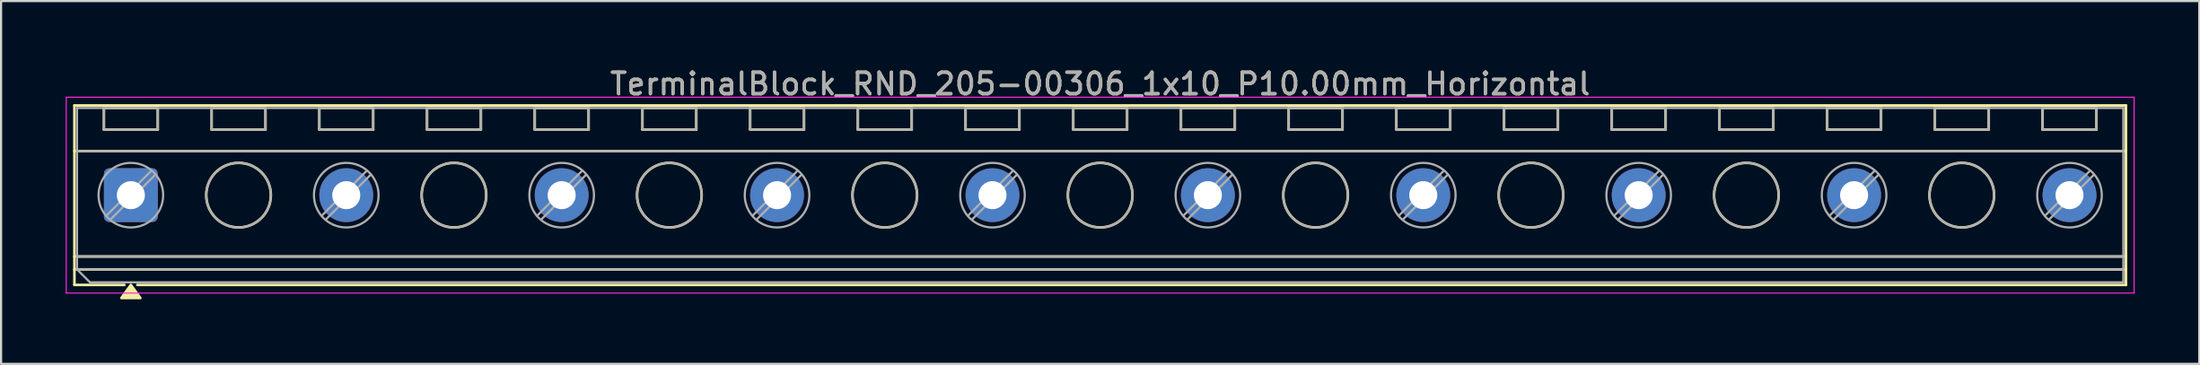
<source format=kicad_pcb>
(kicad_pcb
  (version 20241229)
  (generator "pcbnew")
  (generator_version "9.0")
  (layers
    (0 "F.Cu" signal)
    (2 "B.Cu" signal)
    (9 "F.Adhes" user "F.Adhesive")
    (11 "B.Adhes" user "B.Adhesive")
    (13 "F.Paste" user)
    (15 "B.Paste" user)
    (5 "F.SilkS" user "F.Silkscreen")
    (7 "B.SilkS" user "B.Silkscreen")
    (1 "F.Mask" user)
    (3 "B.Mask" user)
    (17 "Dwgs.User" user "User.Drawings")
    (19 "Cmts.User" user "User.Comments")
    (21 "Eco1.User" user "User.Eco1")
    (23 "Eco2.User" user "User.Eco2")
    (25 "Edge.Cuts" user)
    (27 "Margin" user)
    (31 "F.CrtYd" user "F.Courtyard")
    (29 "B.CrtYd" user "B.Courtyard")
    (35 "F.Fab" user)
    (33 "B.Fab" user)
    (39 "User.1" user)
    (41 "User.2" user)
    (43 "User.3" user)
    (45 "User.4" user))
  (footprint "TerminalBlock_RND_205-00306_1x10_P10.00mm_Horizontal"
    (layer "F.Cu")
    (at 3.025 6.018)
    (property "Reference" "TerminalBlock_RND_205-00306_1x10_P10.00mm_Horizontal" (at 45 -5.17 0) (layer "F.SilkS") (effects (font (size 1 1) (thickness 0.15))))
    (attr through_hole)
    (fp_line (start -2.62 -4.17) (end -2.62 4.17) (stroke (width 0.12) (type solid)) (layer "F.SilkS"))
    (fp_line (start -2.62 -4.17) (end 92.62 -4.17) (stroke (width 0.12) (type solid)) (layer "F.SilkS"))
    (fp_line (start -2.62 -2.05) (end 92.62 -2.05) (stroke (width 0.12) (type solid)) (layer "F.SilkS"))
    (fp_line (start -2.62 2.85) (end 92.62 2.85) (stroke (width 0.12) (type solid)) (layer "F.SilkS"))
    (fp_line (start -2.62 3.45) (end 92.62 3.45) (stroke (width 0.12) (type solid)) (layer "F.SilkS"))
    (fp_line (start -2.62 4.17) (end -0.3 4.17) (stroke (width 0.12) (type solid)) (layer "F.SilkS"))
    (fp_line (start -1.25 -4.05) (end -1.25 -3.05) (stroke (width 0.12) (type solid)) (layer "F.SilkS"))
    (fp_line (start -1.25 -4.05) (end 1.25 -4.05) (stroke (width 0.12) (type solid)) (layer "F.SilkS"))
    (fp_line (start -1.25 -3.05) (end 1.25 -3.05) (stroke (width 0.12) (type solid)) (layer "F.SilkS"))
    (fp_line (start 0.3 4.17) (end 92.62 4.17) (stroke (width 0.12) (type solid)) (layer "F.SilkS"))
    (fp_line (start 1.25 -4.05) (end 1.25 -3.05) (stroke (width 0.12) (type solid)) (layer "F.SilkS"))
    (fp_line (start 3.75 -4.05) (end 3.75 -3.05) (stroke (width 0.12) (type solid)) (layer "F.SilkS"))
    (fp_line (start 3.75 -4.05) (end 6.25 -4.05) (stroke (width 0.12) (type solid)) (layer "F.SilkS"))
    (fp_line (start 3.75 -3.05) (end 6.25 -3.05) (stroke (width 0.12) (type solid)) (layer "F.SilkS"))
    (fp_line (start 6.25 -4.05) (end 6.25 -3.05) (stroke (width 0.12) (type solid)) (layer "F.SilkS"))
    (fp_line (start 8.75 -4.05) (end 8.75 -3.05) (stroke (width 0.12) (type solid)) (layer "F.SilkS"))
    (fp_line (start 8.75 -4.05) (end 11.25 -4.05) (stroke (width 0.12) (type solid)) (layer "F.SilkS"))
    (fp_line (start 8.75 -3.05) (end 11.25 -3.05) (stroke (width 0.12) (type solid)) (layer "F.SilkS"))
    (fp_line (start 11.25 -4.05) (end 11.25 -3.05) (stroke (width 0.12) (type solid)) (layer "F.SilkS"))
    (fp_line (start 13.75 -4.05) (end 13.75 -3.05) (stroke (width 0.12) (type solid)) (layer "F.SilkS"))
    (fp_line (start 13.75 -4.05) (end 16.25 -4.05) (stroke (width 0.12) (type solid)) (layer "F.SilkS"))
    (fp_line (start 13.75 -3.05) (end 16.25 -3.05) (stroke (width 0.12) (type solid)) (layer "F.SilkS"))
    (fp_line (start 16.25 -4.05) (end 16.25 -3.05) (stroke (width 0.12) (type solid)) (layer "F.SilkS"))
    (fp_line (start 18.75 -4.05) (end 18.75 -3.05) (stroke (width 0.12) (type solid)) (layer "F.SilkS"))
    (fp_line (start 18.75 -4.05) (end 21.25 -4.05) (stroke (width 0.12) (type solid)) (layer "F.SilkS"))
    (fp_line (start 18.75 -3.05) (end 21.25 -3.05) (stroke (width 0.12) (type solid)) (layer "F.SilkS"))
    (fp_line (start 21.25 -4.05) (end 21.25 -3.05) (stroke (width 0.12) (type solid)) (layer "F.SilkS"))
    (fp_line (start 23.75 -4.05) (end 23.75 -3.05) (stroke (width 0.12) (type solid)) (layer "F.SilkS"))
    (fp_line (start 23.75 -4.05) (end 26.25 -4.05) (stroke (width 0.12) (type solid)) (layer "F.SilkS"))
    (fp_line (start 23.75 -3.05) (end 26.25 -3.05) (stroke (width 0.12) (type solid)) (layer "F.SilkS"))
    (fp_line (start 26.25 -4.05) (end 26.25 -3.05) (stroke (width 0.12) (type solid)) (layer "F.SilkS"))
    (fp_line (start 28.75 -4.05) (end 28.75 -3.05) (stroke (width 0.12) (type solid)) (layer "F.SilkS"))
    (fp_line (start 28.75 -4.05) (end 31.25 -4.05) (stroke (width 0.12) (type solid)) (layer "F.SilkS"))
    (fp_line (start 28.75 -3.05) (end 31.25 -3.05) (stroke (width 0.12) (type solid)) (layer "F.SilkS"))
    (fp_line (start 31.25 -4.05) (end 31.25 -3.05) (stroke (width 0.12) (type solid)) (layer "F.SilkS"))
    (fp_line (start 33.75 -4.05) (end 33.75 -3.05) (stroke (width 0.12) (type solid)) (layer "F.SilkS"))
    (fp_line (start 33.75 -4.05) (end 36.25 -4.05) (stroke (width 0.12) (type solid)) (layer "F.SilkS"))
    (fp_line (start 33.75 -3.05) (end 36.25 -3.05) (stroke (width 0.12) (type solid)) (layer "F.SilkS"))
    (fp_line (start 36.25 -4.05) (end 36.25 -3.05) (stroke (width 0.12) (type solid)) (layer "F.SilkS"))
    (fp_line (start 38.75 -4.05) (end 38.75 -3.05) (stroke (width 0.12) (type solid)) (layer "F.SilkS"))
    (fp_line (start 38.75 -4.05) (end 41.25 -4.05) (stroke (width 0.12) (type solid)) (layer "F.SilkS"))
    (fp_line (start 38.75 -3.05) (end 41.25 -3.05) (stroke (width 0.12) (type solid)) (layer "F.SilkS"))
    (fp_line (start 41.25 -4.05) (end 41.25 -3.05) (stroke (width 0.12) (type solid)) (layer "F.SilkS"))
    (fp_line (start 43.75 -4.05) (end 43.75 -3.05) (stroke (width 0.12) (type solid)) (layer "F.SilkS"))
    (fp_line (start 43.75 -4.05) (end 46.25 -4.05) (stroke (width 0.12) (type solid)) (layer "F.SilkS"))
    (fp_line (start 43.75 -3.05) (end 46.25 -3.05) (stroke (width 0.12) (type solid)) (layer "F.SilkS"))
    (fp_line (start 46.25 -4.05) (end 46.25 -3.05) (stroke (width 0.12) (type solid)) (layer "F.SilkS"))
    (fp_line (start 48.75 -4.05) (end 48.75 -3.05) (stroke (width 0.12) (type solid)) (layer "F.SilkS"))
    (fp_line (start 48.75 -4.05) (end 51.25 -4.05) (stroke (width 0.12) (type solid)) (layer "F.SilkS"))
    (fp_line (start 48.75 -3.05) (end 51.25 -3.05) (stroke (width 0.12) (type solid)) (layer "F.SilkS"))
    (fp_line (start 51.25 -4.05) (end 51.25 -3.05) (stroke (width 0.12) (type solid)) (layer "F.SilkS"))
    (fp_line (start 53.75 -4.05) (end 53.75 -3.05) (stroke (width 0.12) (type solid)) (layer "F.SilkS"))
    (fp_line (start 53.75 -4.05) (end 56.25 -4.05) (stroke (width 0.12) (type solid)) (layer "F.SilkS"))
    (fp_line (start 53.75 -3.05) (end 56.25 -3.05) (stroke (width 0.12) (type solid)) (layer "F.SilkS"))
    (fp_line (start 56.25 -4.05) (end 56.25 -3.05) (stroke (width 0.12) (type solid)) (layer "F.SilkS"))
    (fp_line (start 58.75 -4.05) (end 58.75 -3.05) (stroke (width 0.12) (type solid)) (layer "F.SilkS"))
    (fp_line (start 58.75 -4.05) (end 61.25 -4.05) (stroke (width 0.12) (type solid)) (layer "F.SilkS"))
    (fp_line (start 58.75 -3.05) (end 61.25 -3.05) (stroke (width 0.12) (type solid)) (layer "F.SilkS"))
    (fp_line (start 61.25 -4.05) (end 61.25 -3.05) (stroke (width 0.12) (type solid)) (layer "F.SilkS"))
    (fp_line (start 63.75 -4.05) (end 63.75 -3.05) (stroke (width 0.12) (type solid)) (layer "F.SilkS"))
    (fp_line (start 63.75 -4.05) (end 66.25 -4.05) (stroke (width 0.12) (type solid)) (layer "F.SilkS"))
    (fp_line (start 63.75 -3.05) (end 66.25 -3.05) (stroke (width 0.12) (type solid)) (layer "F.SilkS"))
    (fp_line (start 66.25 -4.05) (end 66.25 -3.05) (stroke (width 0.12) (type solid)) (layer "F.SilkS"))
    (fp_line (start 68.75 -4.05) (end 68.75 -3.05) (stroke (width 0.12) (type solid)) (layer "F.SilkS"))
    (fp_line (start 68.75 -4.05) (end 71.25 -4.05) (stroke (width 0.12) (type solid)) (layer "F.SilkS"))
    (fp_line (start 68.75 -3.05) (end 71.25 -3.05) (stroke (width 0.12) (type solid)) (layer "F.SilkS"))
    (fp_line (start 71.25 -4.05) (end 71.25 -3.05) (stroke (width 0.12) (type solid)) (layer "F.SilkS"))
    (fp_line (start 73.75 -4.05) (end 73.75 -3.05) (stroke (width 0.12) (type solid)) (layer "F.SilkS"))
    (fp_line (start 73.75 -4.05) (end 76.25 -4.05) (stroke (width 0.12) (type solid)) (layer "F.SilkS"))
    (fp_line (start 73.75 -3.05) (end 76.25 -3.05) (stroke (width 0.12) (type solid)) (layer "F.SilkS"))
    (fp_line (start 76.25 -4.05) (end 76.25 -3.05) (stroke (width 0.12) (type solid)) (layer "F.SilkS"))
    (fp_line (start 78.75 -4.05) (end 78.75 -3.05) (stroke (width 0.12) (type solid)) (layer "F.SilkS"))
    (fp_line (start 78.75 -4.05) (end 81.25 -4.05) (stroke (width 0.12) (type solid)) (layer "F.SilkS"))
    (fp_line (start 78.75 -3.05) (end 81.25 -3.05) (stroke (width 0.12) (type solid)) (layer "F.SilkS"))
    (fp_line (start 81.25 -4.05) (end 81.25 -3.05) (stroke (width 0.12) (type solid)) (layer "F.SilkS"))
    (fp_line (start 83.75 -4.05) (end 83.75 -3.05) (stroke (width 0.12) (type solid)) (layer "F.SilkS"))
    (fp_line (start 83.75 -4.05) (end 86.25 -4.05) (stroke (width 0.12) (type solid)) (layer "F.SilkS"))
    (fp_line (start 83.75 -3.05) (end 86.25 -3.05) (stroke (width 0.12) (type solid)) (layer "F.SilkS"))
    (fp_line (start 86.25 -4.05) (end 86.25 -3.05) (stroke (width 0.12) (type solid)) (layer "F.SilkS"))
    (fp_line (start 88.75 -4.05) (end 88.75 -3.05) (stroke (width 0.12) (type solid)) (layer "F.SilkS"))
    (fp_line (start 88.75 -4.05) (end 91.25 -4.05) (stroke (width 0.12) (type solid)) (layer "F.SilkS"))
    (fp_line (start 88.75 -3.05) (end 91.25 -3.05) (stroke (width 0.12) (type solid)) (layer "F.SilkS"))
    (fp_line (start 91.25 -4.05) (end 91.25 -3.05) (stroke (width 0.12) (type solid)) (layer "F.SilkS"))
    (fp_line (start 92.62 -4.17) (end 92.62 4.17) (stroke (width 0.12) (type solid)) (layer "F.SilkS"))
    (fp_circle (center 5 0) (end 6.5 0) (stroke (width 0.12) (type solid)) (fill no) (layer "F.SilkS"))
    (fp_circle (center 15 0) (end 16.5 0) (stroke (width 0.12) (type solid)) (fill no) (layer "F.SilkS"))
    (fp_circle (center 25 0) (end 26.5 0) (stroke (width 0.12) (type solid)) (fill no) (layer "F.SilkS"))
    (fp_circle (center 35 0) (end 36.5 0) (stroke (width 0.12) (type solid)) (fill no) (layer "F.SilkS"))
    (fp_circle (center 45 0) (end 46.5 0) (stroke (width 0.12) (type solid)) (fill no) (layer "F.SilkS"))
    (fp_circle (center 55 0) (end 56.5 0) (stroke (width 0.12) (type solid)) (fill no) (layer "F.SilkS"))
    (fp_circle (center 65 0) (end 66.5 0) (stroke (width 0.12) (type solid)) (fill no) (layer "F.SilkS"))
    (fp_circle (center 75 0) (end 76.5 0) (stroke (width 0.12) (type solid)) (fill no) (layer "F.SilkS"))
    (fp_circle (center 85 0) (end 86.5 0) (stroke (width 0.12) (type solid)) (fill no) (layer "F.SilkS"))
    (fp_poly (pts (xy 0 4.17) (xy 0.44 4.78) (xy -0.44 4.78)) (stroke (width 0.12) (type solid)) (fill yes) (layer "F.SilkS"))
    (fp_line (start -3 -4.55) (end -3 4.55) (stroke (width 0.05) (type solid)) (layer "F.CrtYd"))
    (fp_line (start -3 4.55) (end 93 4.55) (stroke (width 0.05) (type solid)) (layer "F.CrtYd"))
    (fp_line (start 93 -4.55) (end -3 -4.55) (stroke (width 0.05) (type solid)) (layer "F.CrtYd"))
    (fp_line (start 93 4.55) (end 93 -4.55) (stroke (width 0.05) (type solid)) (layer "F.CrtYd"))
    (fp_line (start -2.5 -4.05) (end 92.5 -4.05) (stroke (width 0.1) (type solid)) (layer "F.Fab"))
    (fp_line (start -2.5 -2.05) (end 92.5 -2.05) (stroke (width 0.1) (type solid)) (layer "F.Fab"))
    (fp_line (start -2.5 2.85) (end 92.5 2.85) (stroke (width 0.1) (type solid)) (layer "F.Fab"))
    (fp_line (start -2.5 3.45) (end -2.5 -4.05) (stroke (width 0.1) (type solid)) (layer "F.Fab"))
    (fp_line (start -2.5 3.45) (end 92.5 3.45) (stroke (width 0.1) (type solid)) (layer "F.Fab"))
    (fp_line (start -1.9 4.05) (end -2.5 3.45) (stroke (width 0.1) (type solid)) (layer "F.Fab"))
    (fp_line (start -1.25 -4.05) (end -1.25 -3.05) (stroke (width 0.1) (type solid)) (layer "F.Fab"))
    (fp_line (start -1.25 -3.05) (end 1.25 -3.05) (stroke (width 0.1) (type solid)) (layer "F.Fab"))
    (fp_line (start 0.955 -1.138) (end -1.138 0.954) (stroke (width 0.1) (type solid)) (layer "F.Fab"))
    (fp_line (start 1.138 -0.954) (end -0.955 1.137) (stroke (width 0.1) (type solid)) (layer "F.Fab"))
    (fp_line (start 1.25 -4.05) (end -1.25 -4.05) (stroke (width 0.1) (type solid)) (layer "F.Fab"))
    (fp_line (start 1.25 -3.05) (end 1.25 -4.05) (stroke (width 0.1) (type solid)) (layer "F.Fab"))
    (fp_line (start 3.75 -4.05) (end 3.75 -3.05) (stroke (width 0.1) (type solid)) (layer "F.Fab"))
    (fp_line (start 3.75 -3.05) (end 6.25 -3.05) (stroke (width 0.1) (type solid)) (layer "F.Fab"))
    (fp_line (start 6.25 -4.05) (end 3.75 -4.05) (stroke (width 0.1) (type solid)) (layer "F.Fab"))
    (fp_line (start 6.25 -3.05) (end 6.25 -4.05) (stroke (width 0.1) (type solid)) (layer "F.Fab"))
    (fp_line (start 8.75 -4.05) (end 8.75 -3.05) (stroke (width 0.1) (type solid)) (layer "F.Fab"))
    (fp_line (start 8.75 -3.05) (end 11.25 -3.05) (stroke (width 0.1) (type solid)) (layer "F.Fab"))
    (fp_line (start 10.955 -1.138) (end 8.862 0.954) (stroke (width 0.1) (type solid)) (layer "F.Fab"))
    (fp_line (start 11.138 -0.954) (end 9.045 1.137) (stroke (width 0.1) (type solid)) (layer "F.Fab"))
    (fp_line (start 11.25 -4.05) (end 8.75 -4.05) (stroke (width 0.1) (type solid)) (layer "F.Fab"))
    (fp_line (start 11.25 -3.05) (end 11.25 -4.05) (stroke (width 0.1) (type solid)) (layer "F.Fab"))
    (fp_line (start 13.75 -4.05) (end 13.75 -3.05) (stroke (width 0.1) (type solid)) (layer "F.Fab"))
    (fp_line (start 13.75 -3.05) (end 16.25 -3.05) (stroke (width 0.1) (type solid)) (layer "F.Fab"))
    (fp_line (start 16.25 -4.05) (end 13.75 -4.05) (stroke (width 0.1) (type solid)) (layer "F.Fab"))
    (fp_line (start 16.25 -3.05) (end 16.25 -4.05) (stroke (width 0.1) (type solid)) (layer "F.Fab"))
    (fp_line (start 18.75 -4.05) (end 18.75 -3.05) (stroke (width 0.1) (type solid)) (layer "F.Fab"))
    (fp_line (start 18.75 -3.05) (end 21.25 -3.05) (stroke (width 0.1) (type solid)) (layer "F.Fab"))
    (fp_line (start 20.955 -1.138) (end 18.862 0.954) (stroke (width 0.1) (type solid)) (layer "F.Fab"))
    (fp_line (start 21.138 -0.954) (end 19.045 1.137) (stroke (width 0.1) (type solid)) (layer "F.Fab"))
    (fp_line (start 21.25 -4.05) (end 18.75 -4.05) (stroke (width 0.1) (type solid)) (layer "F.Fab"))
    (fp_line (start 21.25 -3.05) (end 21.25 -4.05) (stroke (width 0.1) (type solid)) (layer "F.Fab"))
    (fp_line (start 23.75 -4.05) (end 23.75 -3.05) (stroke (width 0.1) (type solid)) (layer "F.Fab"))
    (fp_line (start 23.75 -3.05) (end 26.25 -3.05) (stroke (width 0.1) (type solid)) (layer "F.Fab"))
    (fp_line (start 26.25 -4.05) (end 23.75 -4.05) (stroke (width 0.1) (type solid)) (layer "F.Fab"))
    (fp_line (start 26.25 -3.05) (end 26.25 -4.05) (stroke (width 0.1) (type solid)) (layer "F.Fab"))
    (fp_line (start 28.75 -4.05) (end 28.75 -3.05) (stroke (width 0.1) (type solid)) (layer "F.Fab"))
    (fp_line (start 28.75 -3.05) (end 31.25 -3.05) (stroke (width 0.1) (type solid)) (layer "F.Fab"))
    (fp_line (start 30.955 -1.138) (end 28.862 0.954) (stroke (width 0.1) (type solid)) (layer "F.Fab"))
    (fp_line (start 31.138 -0.954) (end 29.045 1.137) (stroke (width 0.1) (type solid)) (layer "F.Fab"))
    (fp_line (start 31.25 -4.05) (end 28.75 -4.05) (stroke (width 0.1) (type solid)) (layer "F.Fab"))
    (fp_line (start 31.25 -3.05) (end 31.25 -4.05) (stroke (width 0.1) (type solid)) (layer "F.Fab"))
    (fp_line (start 33.75 -4.05) (end 33.75 -3.05) (stroke (width 0.1) (type solid)) (layer "F.Fab"))
    (fp_line (start 33.75 -3.05) (end 36.25 -3.05) (stroke (width 0.1) (type solid)) (layer "F.Fab"))
    (fp_line (start 36.25 -4.05) (end 33.75 -4.05) (stroke (width 0.1) (type solid)) (layer "F.Fab"))
    (fp_line (start 36.25 -3.05) (end 36.25 -4.05) (stroke (width 0.1) (type solid)) (layer "F.Fab"))
    (fp_line (start 38.75 -4.05) (end 38.75 -3.05) (stroke (width 0.1) (type solid)) (layer "F.Fab"))
    (fp_line (start 38.75 -3.05) (end 41.25 -3.05) (stroke (width 0.1) (type solid)) (layer "F.Fab"))
    (fp_line (start 40.955 -1.138) (end 38.862 0.954) (stroke (width 0.1) (type solid)) (layer "F.Fab"))
    (fp_line (start 41.138 -0.954) (end 39.045 1.137) (stroke (width 0.1) (type solid)) (layer "F.Fab"))
    (fp_line (start 41.25 -4.05) (end 38.75 -4.05) (stroke (width 0.1) (type solid)) (layer "F.Fab"))
    (fp_line (start 41.25 -3.05) (end 41.25 -4.05) (stroke (width 0.1) (type solid)) (layer "F.Fab"))
    (fp_line (start 43.75 -4.05) (end 43.75 -3.05) (stroke (width 0.1) (type solid)) (layer "F.Fab"))
    (fp_line (start 43.75 -3.05) (end 46.25 -3.05) (stroke (width 0.1) (type solid)) (layer "F.Fab"))
    (fp_line (start 46.25 -4.05) (end 43.75 -4.05) (stroke (width 0.1) (type solid)) (layer "F.Fab"))
    (fp_line (start 46.25 -3.05) (end 46.25 -4.05) (stroke (width 0.1) (type solid)) (layer "F.Fab"))
    (fp_line (start 48.75 -4.05) (end 48.75 -3.05) (stroke (width 0.1) (type solid)) (layer "F.Fab"))
    (fp_line (start 48.75 -3.05) (end 51.25 -3.05) (stroke (width 0.1) (type solid)) (layer "F.Fab"))
    (fp_line (start 50.955 -1.138) (end 48.862 0.954) (stroke (width 0.1) (type solid)) (layer "F.Fab"))
    (fp_line (start 51.138 -0.954) (end 49.045 1.137) (stroke (width 0.1) (type solid)) (layer "F.Fab"))
    (fp_line (start 51.25 -4.05) (end 48.75 -4.05) (stroke (width 0.1) (type solid)) (layer "F.Fab"))
    (fp_line (start 51.25 -3.05) (end 51.25 -4.05) (stroke (width 0.1) (type solid)) (layer "F.Fab"))
    (fp_line (start 53.75 -4.05) (end 53.75 -3.05) (stroke (width 0.1) (type solid)) (layer "F.Fab"))
    (fp_line (start 53.75 -3.05) (end 56.25 -3.05) (stroke (width 0.1) (type solid)) (layer "F.Fab"))
    (fp_line (start 56.25 -4.05) (end 53.75 -4.05) (stroke (width 0.1) (type solid)) (layer "F.Fab"))
    (fp_line (start 56.25 -3.05) (end 56.25 -4.05) (stroke (width 0.1) (type solid)) (layer "F.Fab"))
    (fp_line (start 58.75 -4.05) (end 58.75 -3.05) (stroke (width 0.1) (type solid)) (layer "F.Fab"))
    (fp_line (start 58.75 -3.05) (end 61.25 -3.05) (stroke (width 0.1) (type solid)) (layer "F.Fab"))
    (fp_line (start 60.955 -1.138) (end 58.862 0.954) (stroke (width 0.1) (type solid)) (layer "F.Fab"))
    (fp_line (start 61.138 -0.954) (end 59.045 1.137) (stroke (width 0.1) (type solid)) (layer "F.Fab"))
    (fp_line (start 61.25 -4.05) (end 58.75 -4.05) (stroke (width 0.1) (type solid)) (layer "F.Fab"))
    (fp_line (start 61.25 -3.05) (end 61.25 -4.05) (stroke (width 0.1) (type solid)) (layer "F.Fab"))
    (fp_line (start 63.75 -4.05) (end 63.75 -3.05) (stroke (width 0.1) (type solid)) (layer "F.Fab"))
    (fp_line (start 63.75 -3.05) (end 66.25 -3.05) (stroke (width 0.1) (type solid)) (layer "F.Fab"))
    (fp_line (start 66.25 -4.05) (end 63.75 -4.05) (stroke (width 0.1) (type solid)) (layer "F.Fab"))
    (fp_line (start 66.25 -3.05) (end 66.25 -4.05) (stroke (width 0.1) (type solid)) (layer "F.Fab"))
    (fp_line (start 68.75 -4.05) (end 68.75 -3.05) (stroke (width 0.1) (type solid)) (layer "F.Fab"))
    (fp_line (start 68.75 -3.05) (end 71.25 -3.05) (stroke (width 0.1) (type solid)) (layer "F.Fab"))
    (fp_line (start 70.955 -1.138) (end 68.862 0.954) (stroke (width 0.1) (type solid)) (layer "F.Fab"))
    (fp_line (start 71.138 -0.954) (end 69.045 1.137) (stroke (width 0.1) (type solid)) (layer "F.Fab"))
    (fp_line (start 71.25 -4.05) (end 68.75 -4.05) (stroke (width 0.1) (type solid)) (layer "F.Fab"))
    (fp_line (start 71.25 -3.05) (end 71.25 -4.05) (stroke (width 0.1) (type solid)) (layer "F.Fab"))
    (fp_line (start 73.75 -4.05) (end 73.75 -3.05) (stroke (width 0.1) (type solid)) (layer "F.Fab"))
    (fp_line (start 73.75 -3.05) (end 76.25 -3.05) (stroke (width 0.1) (type solid)) (layer "F.Fab"))
    (fp_line (start 76.25 -4.05) (end 73.75 -4.05) (stroke (width 0.1) (type solid)) (layer "F.Fab"))
    (fp_line (start 76.25 -3.05) (end 76.25 -4.05) (stroke (width 0.1) (type solid)) (layer "F.Fab"))
    (fp_line (start 78.75 -4.05) (end 78.75 -3.05) (stroke (width 0.1) (type solid)) (layer "F.Fab"))
    (fp_line (start 78.75 -3.05) (end 81.25 -3.05) (stroke (width 0.1) (type solid)) (layer "F.Fab"))
    (fp_line (start 80.955 -1.138) (end 78.862 0.954) (stroke (width 0.1) (type solid)) (layer "F.Fab"))
    (fp_line (start 81.138 -0.954) (end 79.045 1.137) (stroke (width 0.1) (type solid)) (layer "F.Fab"))
    (fp_line (start 81.25 -4.05) (end 78.75 -4.05) (stroke (width 0.1) (type solid)) (layer "F.Fab"))
    (fp_line (start 81.25 -3.05) (end 81.25 -4.05) (stroke (width 0.1) (type solid)) (layer "F.Fab"))
    (fp_line (start 83.75 -4.05) (end 83.75 -3.05) (stroke (width 0.1) (type solid)) (layer "F.Fab"))
    (fp_line (start 83.75 -3.05) (end 86.25 -3.05) (stroke (width 0.1) (type solid)) (layer "F.Fab"))
    (fp_line (start 86.25 -4.05) (end 83.75 -4.05) (stroke (width 0.1) (type solid)) (layer "F.Fab"))
    (fp_line (start 86.25 -3.05) (end 86.25 -4.05) (stroke (width 0.1) (type solid)) (layer "F.Fab"))
    (fp_line (start 88.75 -4.05) (end 88.75 -3.05) (stroke (width 0.1) (type solid)) (layer "F.Fab"))
    (fp_line (start 88.75 -3.05) (end 91.25 -3.05) (stroke (width 0.1) (type solid)) (layer "F.Fab"))
    (fp_line (start 90.955 -1.138) (end 88.862 0.954) (stroke (width 0.1) (type solid)) (layer "F.Fab"))
    (fp_line (start 91.138 -0.954) (end 89.045 1.137) (stroke (width 0.1) (type solid)) (layer "F.Fab"))
    (fp_line (start 91.25 -4.05) (end 88.75 -4.05) (stroke (width 0.1) (type solid)) (layer "F.Fab"))
    (fp_line (start 91.25 -3.05) (end 91.25 -4.05) (stroke (width 0.1) (type solid)) (layer "F.Fab"))
    (fp_line (start 92.5 -4.05) (end 92.5 4.05) (stroke (width 0.1) (type solid)) (layer "F.Fab"))
    (fp_line (start 92.5 4.05) (end -1.9 4.05) (stroke (width 0.1) (type solid)) (layer "F.Fab"))
    (fp_circle (center 0 0) (end 1.5 0) (stroke (width 0.1) (type solid)) (fill no) (layer "F.Fab"))
    (fp_circle (center 5 0) (end 6.5 0) (stroke (width 0.1) (type solid)) (fill no) (layer "F.Fab"))
    (fp_circle (center 10 0) (end 11.5 0) (stroke (width 0.1) (type solid)) (fill no) (layer "F.Fab"))
    (fp_circle (center 15 0) (end 16.5 0) (stroke (width 0.1) (type solid)) (fill no) (layer "F.Fab"))
    (fp_circle (center 20 0) (end 21.5 0) (stroke (width 0.1) (type solid)) (fill no) (layer "F.Fab"))
    (fp_circle (center 25 0) (end 26.5 0) (stroke (width 0.1) (type solid)) (fill no) (layer "F.Fab"))
    (fp_circle (center 30 0) (end 31.5 0) (stroke (width 0.1) (type solid)) (fill no) (layer "F.Fab"))
    (fp_circle (center 35 0) (end 36.5 0) (stroke (width 0.1) (type solid)) (fill no) (layer "F.Fab"))
    (fp_circle (center 40 0) (end 41.5 0) (stroke (width 0.1) (type solid)) (fill no) (layer "F.Fab"))
    (fp_circle (center 45 0) (end 46.5 0) (stroke (width 0.1) (type solid)) (fill no) (layer "F.Fab"))
    (fp_circle (center 50 0) (end 51.5 0) (stroke (width 0.1) (type solid)) (fill no) (layer "F.Fab"))
    (fp_circle (center 55 0) (end 56.5 0) (stroke (width 0.1) (type solid)) (fill no) (layer "F.Fab"))
    (fp_circle (center 60 0) (end 61.5 0) (stroke (width 0.1) (type solid)) (fill no) (layer "F.Fab"))
    (fp_circle (center 65 0) (end 66.5 0) (stroke (width 0.1) (type solid)) (fill no) (layer "F.Fab"))
    (fp_circle (center 70 0) (end 71.5 0) (stroke (width 0.1) (type solid)) (fill no) (layer "F.Fab"))
    (fp_circle (center 75 0) (end 76.5 0) (stroke (width 0.1) (type solid)) (fill no) (layer "F.Fab"))
    (fp_circle (center 80 0) (end 81.5 0) (stroke (width 0.1) (type solid)) (fill no) (layer "F.Fab"))
    (fp_circle (center 85 0) (end 86.5 0) (stroke (width 0.1) (type solid)) (fill no) (layer "F.Fab"))
    (fp_circle (center 90 0) (end 91.5 0) (stroke (width 0.1) (type solid)) (fill no) (layer "F.Fab"))
    (fp_text user "${REFERENCE}" (at 45 -5.17 0) (layer "F.Fab") (effects (font (size 1 1) (thickness 0.15))))
    (pad "1" thru_hole roundrect (at 0 0) (size 2.5 2.5) (drill 1.3) (layers "*.Cu" "*.Mask") (roundrect_rratio 0.1))
    (pad "2" thru_hole circle (at 10 0) (size 2.5 2.5) (drill 1.3) (layers "*.Cu" "*.Mask"))
    (pad "3" thru_hole circle (at 20 0) (size 2.5 2.5) (drill 1.3) (layers "*.Cu" "*.Mask"))
    (pad "4" thru_hole circle (at 30 0) (size 2.5 2.5) (drill 1.3) (layers "*.Cu" "*.Mask"))
    (pad "5" thru_hole circle (at 40 0) (size 2.5 2.5) (drill 1.3) (layers "*.Cu" "*.Mask"))
    (pad "6" thru_hole circle (at 50 0) (size 2.5 2.5) (drill 1.3) (layers "*.Cu" "*.Mask"))
    (pad "7" thru_hole circle (at 60 0) (size 2.5 2.5) (drill 1.3) (layers "*.Cu" "*.Mask"))
    (pad "8" thru_hole circle (at 70 0) (size 2.5 2.5) (drill 1.3) (layers "*.Cu" "*.Mask"))
    (pad "9" thru_hole circle (at 80 0) (size 2.5 2.5) (drill 1.3) (layers "*.Cu" "*.Mask"))
    (pad "10" thru_hole circle (at 90 0) (size 2.5 2.5) (drill 1.3) (layers "*.Cu" "*.Mask")))
  (gr_rect
    (start -3 -3)
    (end 99.05 13.858)
    (stroke (width 0.1) (type default))
    (fill no)
    (layer "Edge.Cuts")))
</source>
